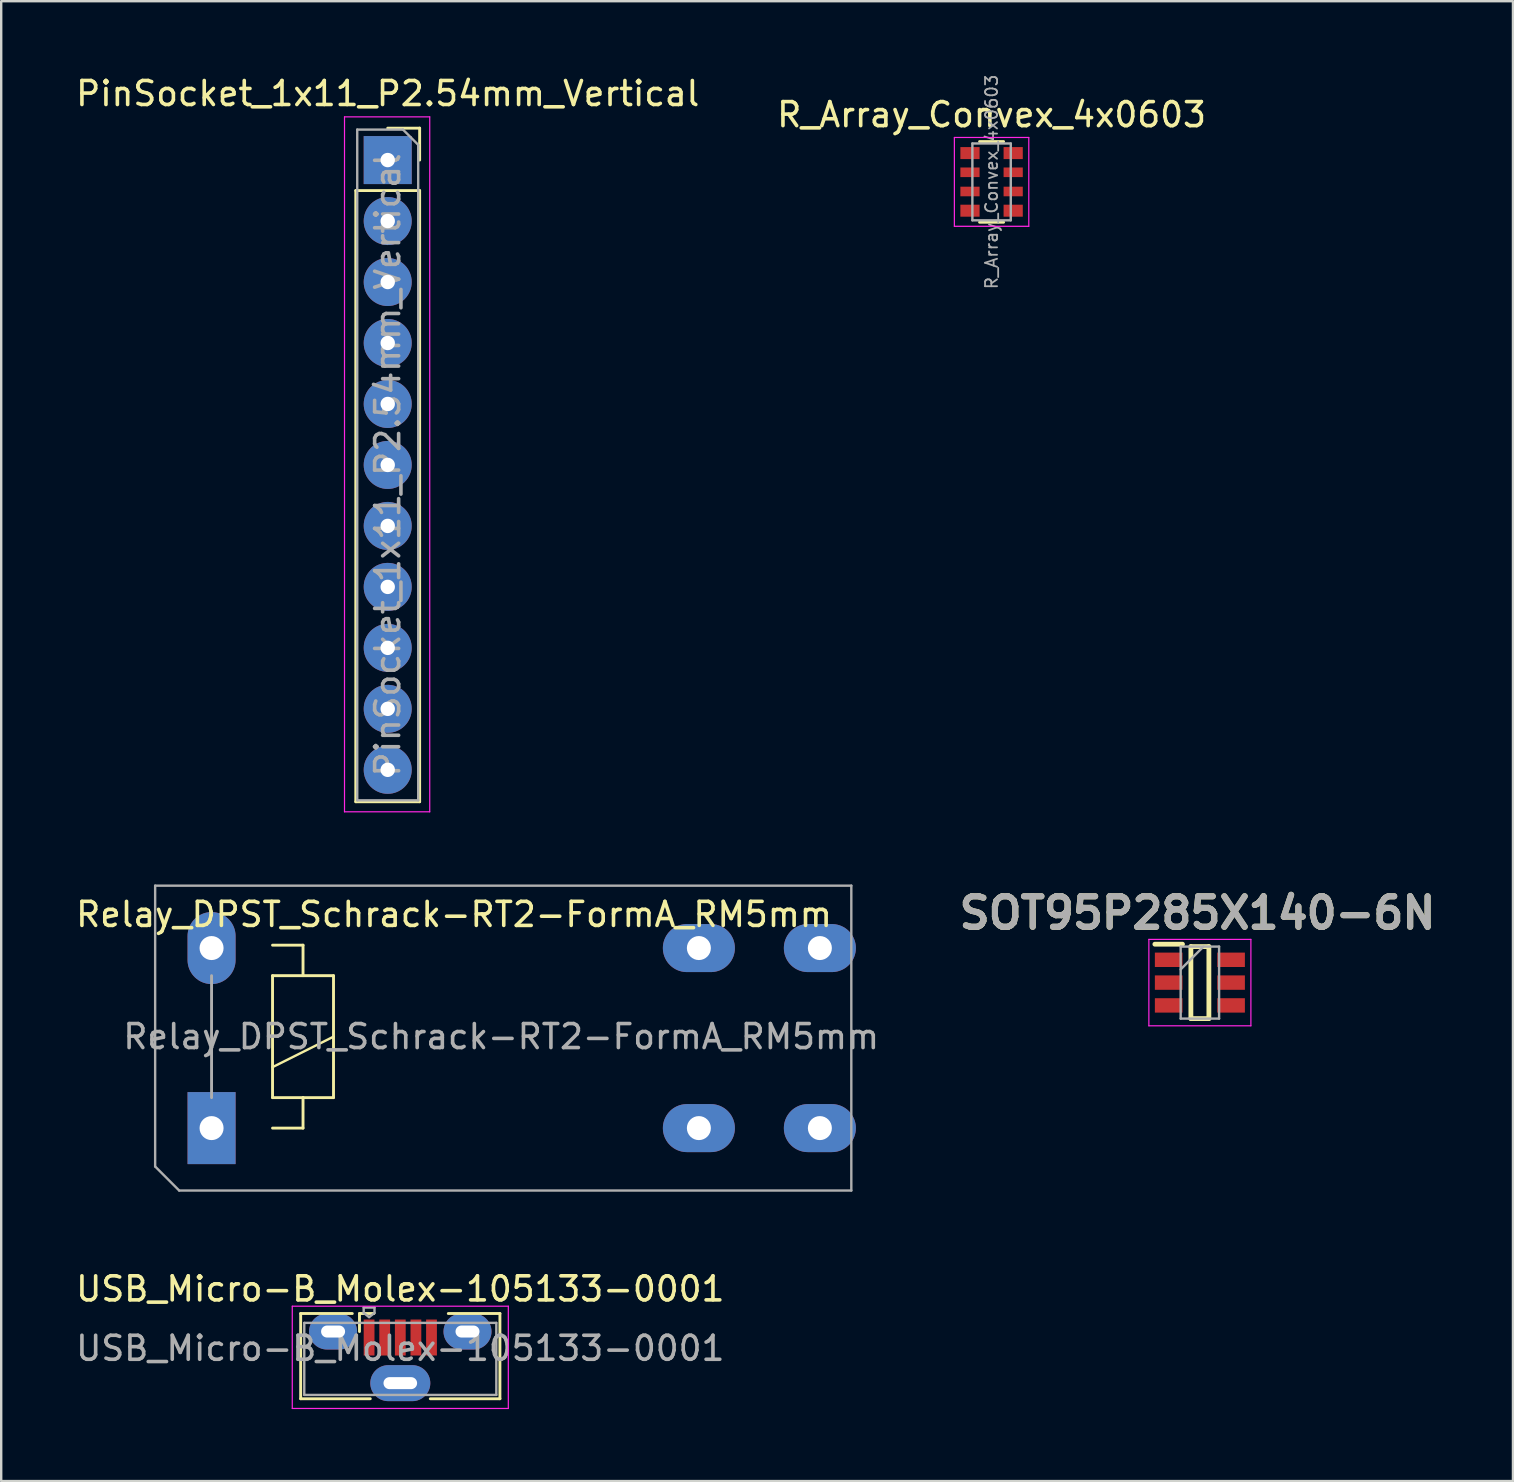
<source format=kicad_pcb>
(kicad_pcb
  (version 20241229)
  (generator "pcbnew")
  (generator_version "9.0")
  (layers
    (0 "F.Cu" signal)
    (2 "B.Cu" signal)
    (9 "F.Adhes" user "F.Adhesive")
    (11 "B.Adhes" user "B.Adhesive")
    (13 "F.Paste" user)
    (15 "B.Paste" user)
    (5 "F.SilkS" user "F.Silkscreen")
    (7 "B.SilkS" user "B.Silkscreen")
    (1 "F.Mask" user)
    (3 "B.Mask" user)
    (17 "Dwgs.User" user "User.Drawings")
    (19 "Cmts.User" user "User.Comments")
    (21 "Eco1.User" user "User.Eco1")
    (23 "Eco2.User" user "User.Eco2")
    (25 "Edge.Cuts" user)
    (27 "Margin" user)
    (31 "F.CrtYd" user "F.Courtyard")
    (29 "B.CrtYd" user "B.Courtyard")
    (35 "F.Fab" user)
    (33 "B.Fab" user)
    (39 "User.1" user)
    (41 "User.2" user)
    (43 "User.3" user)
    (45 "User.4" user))
  (footprint "Relay_DPST_Schrack-RT2-FormA_RM5mm"
    (layer "F.Cu")
    (at 3.363 46.543)
    (property "Reference" "Relay_DPST_Schrack-RT2-FormA_RM5mm" (at 12.5 -11.5 0) (layer "F.SilkS") (effects (font (size 1 1) (thickness 0.15))))
    (attr through_hole)
    (fp_line (start 4.94 -8.95) (end 4.94 -3.87) (stroke (width 0.12) (type solid)) (layer "F.SilkS"))
    (fp_line (start 4.94 -5.14) (end 7.48 -6.41) (stroke (width 0.1) (type solid)) (layer "F.SilkS"))
    (fp_line (start 4.94 -3.87) (end 6.21 -3.87) (stroke (width 0.12) (type solid)) (layer "F.SilkS"))
    (fp_line (start 4.94 -2.6) (end 6.21 -2.6) (stroke (width 0.12) (type solid)) (layer "F.SilkS"))
    (fp_line (start 6.21 -10.22) (end 4.94 -10.22) (stroke (width 0.12) (type solid)) (layer "F.SilkS"))
    (fp_line (start 6.21 -8.95) (end 6.21 -10.22) (stroke (width 0.12) (type solid)) (layer "F.SilkS"))
    (fp_line (start 6.21 -3.87) (end 7.48 -3.87) (stroke (width 0.12) (type solid)) (layer "F.SilkS"))
    (fp_line (start 6.21 -2.6) (end 6.21 -3.87) (stroke (width 0.12) (type solid)) (layer "F.SilkS"))
    (fp_line (start 7.48 -8.95) (end 4.94 -8.95) (stroke (width 0.12) (type solid)) (layer "F.SilkS"))
    (fp_line (start 7.48 -3.87) (end 7.48 -8.95) (stroke (width 0.12) (type solid)) (layer "F.SilkS"))
    (fp_line (start 0.05 -12.7) (end 0.05 -1) (stroke (width 0.1) (type solid)) (layer "F.Fab"))
    (fp_line (start 0.05 -1) (end 1.05 0) (stroke (width 0.1) (type solid)) (layer "F.Fab"))
    (fp_line (start 1.05 0) (end 29.05 0) (stroke (width 0.1) (type solid)) (layer "F.Fab"))
    (fp_line (start 2.4 -3.87) (end 2.4 -8.95) (stroke (width 0.12) (type solid)) (layer "F.Fab"))
    (fp_line (start 29.05 -12.7) (end 0.05 -12.7) (stroke (width 0.1) (type solid)) (layer "F.Fab"))
    (fp_line (start 29.05 0) (end 29.05 -12.7) (stroke (width 0.1) (type solid)) (layer "F.Fab"))
    (fp_text user "${REFERENCE}" (at 14.465 -6.41 180) (layer "F.Fab") (effects (font (size 1 1) (thickness 0.15))))
    (pad "11" thru_hole oval (at 22.7 -2.6 180) (size 3 2) (drill 1) (layers "*.Cu" "*.Mask"))
    (pad "14" thru_hole oval (at 27.74 -2.6 180) (size 3 2) (drill 1) (layers "*.Cu" "*.Mask"))
    (pad "21" thru_hole oval (at 22.7 -10.1 180) (size 3 2) (drill 1) (layers "*.Cu" "*.Mask"))
    (pad "24" thru_hole oval (at 27.74 -10.1 180) (size 3 2) (drill 1) (layers "*.Cu" "*.Mask"))
    (pad "A1" thru_hole rect (at 2.4 -2.6 180) (size 2 3) (drill 1) (layers "*.Cu" "*.Mask"))
    (pad "A2" thru_hole oval (at 2.4 -10.1 180) (size 2 3) (drill 1) (layers "*.Cu" "*.Mask")))
  (footprint "R_Array_Convex_4x0603"
    (layer "F.Cu")
    (at 38.256 4.527)
    (property "Reference" "R_Array_Convex_4x0603" (at 0 -2.8 0) (layer "F.SilkS") (effects (font (size 1 1) (thickness 0.15))))
    (attr smd)
    (fp_line (start 0.5 -1.68) (end -0.5 -1.68) (stroke (width 0.12) (type solid)) (layer "F.SilkS"))
    (fp_line (start 0.5 1.68) (end -0.5 1.68) (stroke (width 0.12) (type solid)) (layer "F.SilkS"))
    (fp_line (start -1.55 -1.85) (end -1.55 1.85) (stroke (width 0.05) (type solid)) (layer "F.CrtYd"))
    (fp_line (start -1.55 -1.85) (end 1.55 -1.85) (stroke (width 0.05) (type solid)) (layer "F.CrtYd"))
    (fp_line (start 1.55 1.85) (end -1.55 1.85) (stroke (width 0.05) (type solid)) (layer "F.CrtYd"))
    (fp_line (start 1.55 1.85) (end 1.55 -1.85) (stroke (width 0.05) (type solid)) (layer "F.CrtYd"))
    (fp_line (start -0.8 -1.6) (end 0.8 -1.6) (stroke (width 0.1) (type solid)) (layer "F.Fab"))
    (fp_line (start -0.8 1.6) (end -0.8 -1.6) (stroke (width 0.1) (type solid)) (layer "F.Fab"))
    (fp_line (start 0.8 -1.6) (end 0.8 1.6) (stroke (width 0.1) (type solid)) (layer "F.Fab"))
    (fp_line (start 0.8 1.6) (end -0.8 1.6) (stroke (width 0.1) (type solid)) (layer "F.Fab"))
    (fp_text user "${REFERENCE}" (at 0 0 90) (layer "F.Fab") (effects (font (size 0.5 0.5) (thickness 0.075))))
    (pad "1" smd rect (at -0.9 1.2) (size 0.8 0.5) (layers "F.Cu" "F.Mask" "F.Paste"))
    (pad "2" smd rect (at -0.9 0.4) (size 0.8 0.4) (layers "F.Cu" "F.Mask" "F.Paste"))
    (pad "3" smd rect (at -0.9 -0.4) (size 0.8 0.4) (layers "F.Cu" "F.Mask" "F.Paste"))
    (pad "4" smd rect (at -0.9 -1.2) (size 0.8 0.5) (layers "F.Cu" "F.Mask" "F.Paste"))
    (pad "5" smd rect (at 0.9 -1.2) (size 0.8 0.5) (layers "F.Cu" "F.Mask" "F.Paste"))
    (pad "6" smd rect (at 0.9 -0.4) (size 0.8 0.4) (layers "F.Cu" "F.Mask" "F.Paste"))
    (pad "7" smd rect (at 0.9 0.4) (size 0.8 0.4) (layers "F.Cu" "F.Mask" "F.Paste"))
    (pad "8" smd rect (at 0.9 1.2) (size 0.8 0.5) (layers "F.Cu" "F.Mask" "F.Paste")))
  (footprint "PinSocket_1x11_P2.54mm_Vertical"
    (layer "F.Cu")
    (at 13.101 3.618)
    (property "Reference" "PinSocket_1x11_P2.54mm_Vertical" (at 0 -2.77 0) (layer "F.SilkS") (effects (font (size 1 1) (thickness 0.15))))
    (attr through_hole)
    (fp_line (start -1.33 1.27) (end -1.33 26.73) (stroke (width 0.12) (type solid)) (layer "F.SilkS"))
    (fp_line (start -1.33 1.27) (end 1.33 1.27) (stroke (width 0.12) (type solid)) (layer "F.SilkS"))
    (fp_line (start -1.33 26.73) (end 1.33 26.73) (stroke (width 0.12) (type solid)) (layer "F.SilkS"))
    (fp_line (start 0 -1.33) (end 1.33 -1.33) (stroke (width 0.12) (type solid)) (layer "F.SilkS"))
    (fp_line (start 1.33 -1.33) (end 1.33 0) (stroke (width 0.12) (type solid)) (layer "F.SilkS"))
    (fp_line (start 1.33 1.27) (end 1.33 26.73) (stroke (width 0.12) (type solid)) (layer "F.SilkS"))
    (fp_line (start -1.8 -1.8) (end 1.75 -1.8) (stroke (width 0.05) (type solid)) (layer "F.CrtYd"))
    (fp_line (start -1.8 27.15) (end -1.8 -1.8) (stroke (width 0.05) (type solid)) (layer "F.CrtYd"))
    (fp_line (start 1.75 -1.8) (end 1.75 27.15) (stroke (width 0.05) (type solid)) (layer "F.CrtYd"))
    (fp_line (start 1.75 27.15) (end -1.8 27.15) (stroke (width 0.05) (type solid)) (layer "F.CrtYd"))
    (fp_line (start -1.27 -1.27) (end 0.635 -1.27) (stroke (width 0.1) (type solid)) (layer "F.Fab"))
    (fp_line (start -1.27 26.67) (end -1.27 -1.27) (stroke (width 0.1) (type solid)) (layer "F.Fab"))
    (fp_line (start 0.635 -1.27) (end 1.27 -0.635) (stroke (width 0.1) (type solid)) (layer "F.Fab"))
    (fp_line (start 1.27 -0.635) (end 1.27 26.67) (stroke (width 0.1) (type solid)) (layer "F.Fab"))
    (fp_line (start 1.27 26.67) (end -1.27 26.67) (stroke (width 0.1) (type solid)) (layer "F.Fab"))
    (fp_text user "${REFERENCE}" (at 0 12.7 270) (layer "F.Fab") (effects (font (size 1 1) (thickness 0.15))))
    (pad "1" thru_hole rect (at 0 0) (size 2 2) (drill 0.6) (layers "*.Cu" "*.Mask"))
    (pad "2" thru_hole oval (at 0 2.54) (size 2 2) (drill 0.6) (layers "*.Cu" "*.Mask"))
    (pad "3" thru_hole oval (at 0 5.08) (size 2 2) (drill 0.6) (layers "*.Cu" "*.Mask"))
    (pad "4" thru_hole oval (at 0 7.62) (size 2 2) (drill 0.6) (layers "*.Cu" "*.Mask"))
    (pad "5" thru_hole oval (at 0 10.16) (size 2 2) (drill 0.6) (layers "*.Cu" "*.Mask"))
    (pad "6" thru_hole oval (at 0 12.7) (size 2 2) (drill 0.6) (layers "*.Cu" "*.Mask"))
    (pad "7" thru_hole oval (at 0 15.24) (size 2 2) (drill 0.6) (layers "*.Cu" "*.Mask"))
    (pad "8" thru_hole oval (at 0 17.78) (size 2 2) (drill 0.6) (layers "*.Cu" "*.Mask"))
    (pad "9" thru_hole oval (at 0 20.32) (size 2 2) (drill 0.6) (layers "*.Cu" "*.Mask"))
    (pad "10" thru_hole oval (at 0 22.86) (size 2 2) (drill 0.6) (layers "*.Cu" "*.Mask"))
    (pad "11" thru_hole oval (at 0 25.4) (size 2 2) (drill 0.6) (layers "*.Cu" "*.Mask")))
  (footprint "SOT95P285X140-6N"
    (layer "F.Cu")
    (at 46.933 37.882)
    (property "Reference" "SOT95P285X140-6N" (at -0.1 -2.9 0) (layer "F.SilkS") (effects (font (size 1.27 1.27) (thickness 0.254))))
    (attr smd)
    (fp_line (start -1.875 -1.6) (end -0.725 -1.6) (stroke (width 0.2) (type solid)) (layer "F.SilkS"))
    (fp_line (start -0.375 -1.5) (end 0.375 -1.5) (stroke (width 0.2) (type solid)) (layer "F.SilkS"))
    (fp_line (start -0.375 1.5) (end -0.375 -1.5) (stroke (width 0.2) (type solid)) (layer "F.SilkS"))
    (fp_line (start 0.375 -1.5) (end 0.375 1.5) (stroke (width 0.2) (type solid)) (layer "F.SilkS"))
    (fp_line (start 0.375 1.5) (end -0.375 1.5) (stroke (width 0.2) (type solid)) (layer "F.SilkS"))
    (fp_line (start -2.125 -1.8) (end 2.125 -1.8) (stroke (width 0.05) (type solid)) (layer "F.CrtYd"))
    (fp_line (start -2.125 1.8) (end -2.125 -1.8) (stroke (width 0.05) (type solid)) (layer "F.CrtYd"))
    (fp_line (start 2.125 -1.8) (end 2.125 1.8) (stroke (width 0.05) (type solid)) (layer "F.CrtYd"))
    (fp_line (start 2.125 1.8) (end -2.125 1.8) (stroke (width 0.05) (type solid)) (layer "F.CrtYd"))
    (fp_line (start -0.8 -1.5) (end 0.8 -1.5) (stroke (width 0.1) (type solid)) (layer "F.Fab"))
    (fp_line (start -0.8 -0.55) (end 0.15 -1.5) (stroke (width 0.1) (type solid)) (layer "F.Fab"))
    (fp_line (start -0.8 1.5) (end -0.8 -1.5) (stroke (width 0.1) (type solid)) (layer "F.Fab"))
    (fp_line (start 0.8 -1.5) (end 0.8 1.5) (stroke (width 0.1) (type solid)) (layer "F.Fab"))
    (fp_line (start 0.8 1.5) (end -0.8 1.5) (stroke (width 0.1) (type solid)) (layer "F.Fab"))
    (fp_text user "${REFERENCE}" (at -0.1 -2.9 0) (layer "F.Fab") (effects (font (size 1.27 1.27) (thickness 0.254))))
    (pad "1" smd rect (at -1.3 -0.95 90) (size 0.6 1.15) (layers "F.Cu" "F.Mask" "F.Paste"))
    (pad "2" smd rect (at -1.3 0 90) (size 0.6 1.15) (layers "F.Cu" "F.Mask" "F.Paste"))
    (pad "3" smd rect (at -1.3 0.95 90) (size 0.6 1.15) (layers "F.Cu" "F.Mask" "F.Paste"))
    (pad "4" smd rect (at 1.3 0.95 90) (size 0.6 1.15) (layers "F.Cu" "F.Mask" "F.Paste"))
    (pad "5" smd rect (at 1.3 0 90) (size 0.6 1.15) (layers "F.Cu" "F.Mask" "F.Paste"))
    (pad "6" smd rect (at 1.3 -0.95 90) (size 0.6 1.15) (layers "F.Cu" "F.Mask" "F.Paste")))
  (footprint "USB_Micro-B_Molex-105133-0001"
    (layer "F.Cu")
    (at 13.625 53.492)
    (property "Reference" "USB_Micro-B_Molex-105133-0001" (at 0 -2.85 0) (layer "F.SilkS") (effects (font (size 1 1) (thickness 0.15))))
    (attr smd)
    (fp_line (start -4.15 -1.825) (end -4.15 1.725) (stroke (width 0.12) (type solid)) (layer "F.SilkS"))
    (fp_line (start -4.15 1.725) (end -1.25 1.725) (stroke (width 0.12) (type solid)) (layer "F.SilkS"))
    (fp_line (start -2 -1.825) (end -4.15 -1.825) (stroke (width 0.12) (type solid)) (layer "F.SilkS"))
    (fp_line (start -1.7 -1.825) (end -1.1 -1.825) (stroke (width 0.12) (type solid)) (layer "F.SilkS"))
    (fp_line (start -1.7 -1.075) (end -1.7 -1.825) (stroke (width 0.12) (type solid)) (layer "F.SilkS"))
    (fp_line (start 2 -1.825) (end 4.15 -1.825) (stroke (width 0.12) (type solid)) (layer "F.SilkS"))
    (fp_line (start 4.15 -1.825) (end 4.15 1.725) (stroke (width 0.12) (type solid)) (layer "F.SilkS"))
    (fp_line (start 4.15 1.725) (end 1.25 1.725) (stroke (width 0.12) (type solid)) (layer "F.SilkS"))
    (fp_line (start -4.5 -2.13) (end 4.5 -2.13) (stroke (width 0.05) (type solid)) (layer "F.CrtYd"))
    (fp_line (start -4.5 2.13) (end -4.5 -2.13) (stroke (width 0.05) (type solid)) (layer "F.CrtYd"))
    (fp_line (start -4.5 2.13) (end 4.5 2.13) (stroke (width 0.05) (type solid)) (layer "F.CrtYd"))
    (fp_line (start 4.5 2.13) (end 4.5 -2.13) (stroke (width 0.05) (type solid)) (layer "F.CrtYd"))
    (fp_line (start -4 1.565) (end -4 -1.435) (stroke (width 0.1) (type solid)) (layer "F.Fab"))
    (fp_line (start -4 1.565) (end 4 1.565) (stroke (width 0.1) (type solid)) (layer "F.Fab"))
    (fp_line (start -1.525 -2.075) (end -1.075 -2.075) (stroke (width 0.1) (type solid)) (layer "F.Fab"))
    (fp_line (start -1.525 -1.85) (end -1.525 -2.075) (stroke (width 0.1) (type solid)) (layer "F.Fab"))
    (fp_line (start -1.3 -1.675) (end -1.525 -1.85) (stroke (width 0.1) (type solid)) (layer "F.Fab"))
    (fp_line (start -1.3 -1.675) (end -1.075 -1.85) (stroke (width 0.1) (type solid)) (layer "F.Fab"))
    (fp_line (start -1.075 -2.075) (end -1.075 -1.85) (stroke (width 0.1) (type solid)) (layer "F.Fab"))
    (fp_line (start 4 -1.435) (end -4 -1.435) (stroke (width 0.1) (type solid)) (layer "F.Fab"))
    (fp_line (start 4 1.565) (end 4 -1.435) (stroke (width 0.1) (type solid)) (layer "F.Fab"))
    (fp_text user "${REFERENCE}" (at 0 -0.375 0) (layer "F.Fab") (effects (font (size 1 1) (thickness 0.15))))
    (pad "1" smd rect (at -1.3 -0.825) (size 0.45 1.5) (layers "F.Cu" "F.Mask" "F.Paste"))
    (pad "2" smd rect (at -0.65 -0.825) (size 0.45 1.5) (layers "F.Cu" "F.Mask" "F.Paste"))
    (pad "3" smd rect (at 0 -0.825) (size 0.45 1.5) (layers "F.Cu" "F.Mask" "F.Paste"))
    (pad "4" smd rect (at 0.65 -0.825) (size 0.45 1.5) (layers "F.Cu" "F.Mask" "F.Paste"))
    (pad "5" smd rect (at 1.3 -0.825) (size 0.45 1.5) (layers "F.Cu" "F.Mask" "F.Paste"))
    (pad "6" thru_hole oval (at -2.8 -1.075) (size 2 1.5) (drill oval 1 0.5) (layers "*.Cu" "*.Mask"))
    (pad "6" thru_hole oval (at 0 1.075) (size 2.5 1.5) (drill oval 1.4 0.5) (layers "*.Cu" "*.Mask"))
    (pad "6" thru_hole oval (at 2.8 -1.075) (size 2 1.5) (drill oval 1 0.5) (layers "*.Cu" "*.Mask")))
  (gr_rect
    (start -3 -3)
    (end 59.975 58.647)
    (stroke (width 0.1) (type default))
    (fill no)
    (layer "Edge.Cuts")))
</source>
